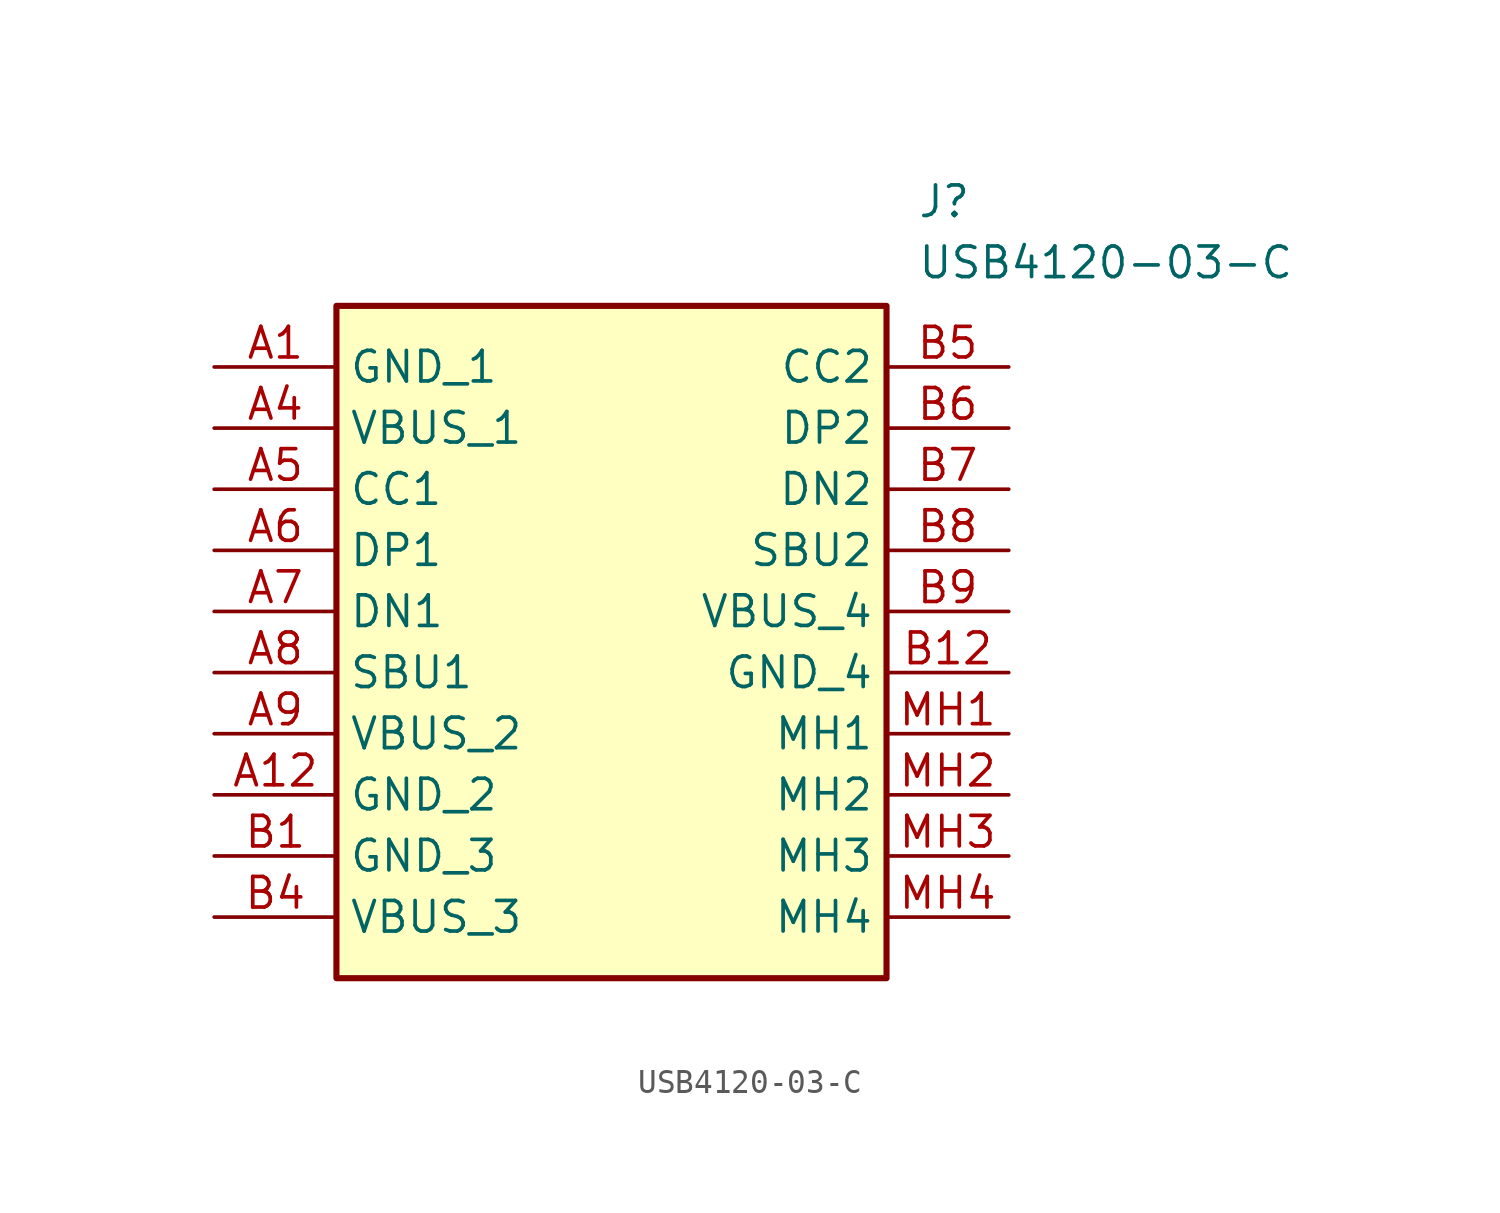
<source format=kicad_sym>
(kicad_symbol_lib
  (version 20211014)
  (generator SamacSys_ECAD_Model)
  (symbol "USB4120-03-C"
    (property "Reference" "J"
      (at 29.21 7.62 0)
      (effects (font (size 1.27 1.27)) (justify left top)))
    (property "Value" "USB4120-03-C"
      (at 29.21 5.08 0)
      (effects (font (size 1.27 1.27)) (justify left top)))
    (rectangle
      (start 5.08 2.54)
      (end 27.94 -25.4)
      (stroke (width 0.254) (type default))
      (fill (type background)))
    (pin passive line
      (at 0 0 0)
      (length 5.08)
      (name "GND_1" (effects (font (size 1.27 1.27))))
      (number "A1" (effects (font (size 1.27 1.27)))))
    (pin passive line
      (at 0 -2.54 0)
      (length 5.08)
      (name "VBUS_1" (effects (font (size 1.27 1.27))))
      (number "A4" (effects (font (size 1.27 1.27)))))
    (pin passive line
      (at 0 -5.08 0)
      (length 5.08)
      (name "CC1" (effects (font (size 1.27 1.27))))
      (number "A5" (effects (font (size 1.27 1.27)))))
    (pin passive line
      (at 0 -7.62 0)
      (length 5.08)
      (name "DP1" (effects (font (size 1.27 1.27))))
      (number "A6" (effects (font (size 1.27 1.27)))))
    (pin passive line
      (at 0 -10.16 0)
      (length 5.08)
      (name "DN1" (effects (font (size 1.27 1.27))))
      (number "A7" (effects (font (size 1.27 1.27)))))
    (pin passive line
      (at 0 -12.7 0)
      (length 5.08)
      (name "SBU1" (effects (font (size 1.27 1.27))))
      (number "A8" (effects (font (size 1.27 1.27)))))
    (pin passive line
      (at 0 -15.24 0)
      (length 5.08)
      (name "VBUS_2" (effects (font (size 1.27 1.27))))
      (number "A9" (effects (font (size 1.27 1.27)))))
    (pin passive line
      (at 0 -17.78 0)
      (length 5.08)
      (name "GND_2" (effects (font (size 1.27 1.27))))
      (number "A12" (effects (font (size 1.27 1.27)))))
    (pin passive line
      (at 0 -20.32 0)
      (length 5.08)
      (name "GND_3" (effects (font (size 1.27 1.27))))
      (number "B1" (effects (font (size 1.27 1.27)))))
    (pin passive line
      (at 0 -22.86 0)
      (length 5.08)
      (name "VBUS_3" (effects (font (size 1.27 1.27))))
      (number "B4" (effects (font (size 1.27 1.27)))))
    (pin passive line
      (at 33.02 0 180)
      (length 5.08)
      (name "CC2" (effects (font (size 1.27 1.27))))
      (number "B5" (effects (font (size 1.27 1.27)))))
    (pin passive line
      (at 33.02 -2.54 180)
      (length 5.08)
      (name "DP2" (effects (font (size 1.27 1.27))))
      (number "B6" (effects (font (size 1.27 1.27)))))
    (pin passive line
      (at 33.02 -5.08 180)
      (length 5.08)
      (name "DN2" (effects (font (size 1.27 1.27))))
      (number "B7" (effects (font (size 1.27 1.27)))))
    (pin passive line
      (at 33.02 -7.62 180)
      (length 5.08)
      (name "SBU2" (effects (font (size 1.27 1.27))))
      (number "B8" (effects (font (size 1.27 1.27)))))
    (pin passive line
      (at 33.02 -10.16 180)
      (length 5.08)
      (name "VBUS_4" (effects (font (size 1.27 1.27))))
      (number "B9" (effects (font (size 1.27 1.27)))))
    (pin passive line
      (at 33.02 -12.7 180)
      (length 5.08)
      (name "GND_4" (effects (font (size 1.27 1.27))))
      (number "B12" (effects (font (size 1.27 1.27)))))
    (pin passive line
      (at 33.02 -15.24 180)
      (length 5.08)
      (name "MH1" (effects (font (size 1.27 1.27))))
      (number "MH1" (effects (font (size 1.27 1.27)))))
    (pin passive line
      (at 33.02 -17.78 180)
      (length 5.08)
      (name "MH2" (effects (font (size 1.27 1.27))))
      (number "MH2" (effects (font (size 1.27 1.27)))))
    (pin passive line
      (at 33.02 -20.32 180)
      (length 5.08)
      (name "MH3" (effects (font (size 1.27 1.27))))
      (number "MH3" (effects (font (size 1.27 1.27)))))
    (pin passive line
      (at 33.02 -22.86 180)
      (length 5.08)
      (name "MH4" (effects (font (size 1.27 1.27))))
      (number "MH4" (effects (font (size 1.27 1.27)))))))
</source>
